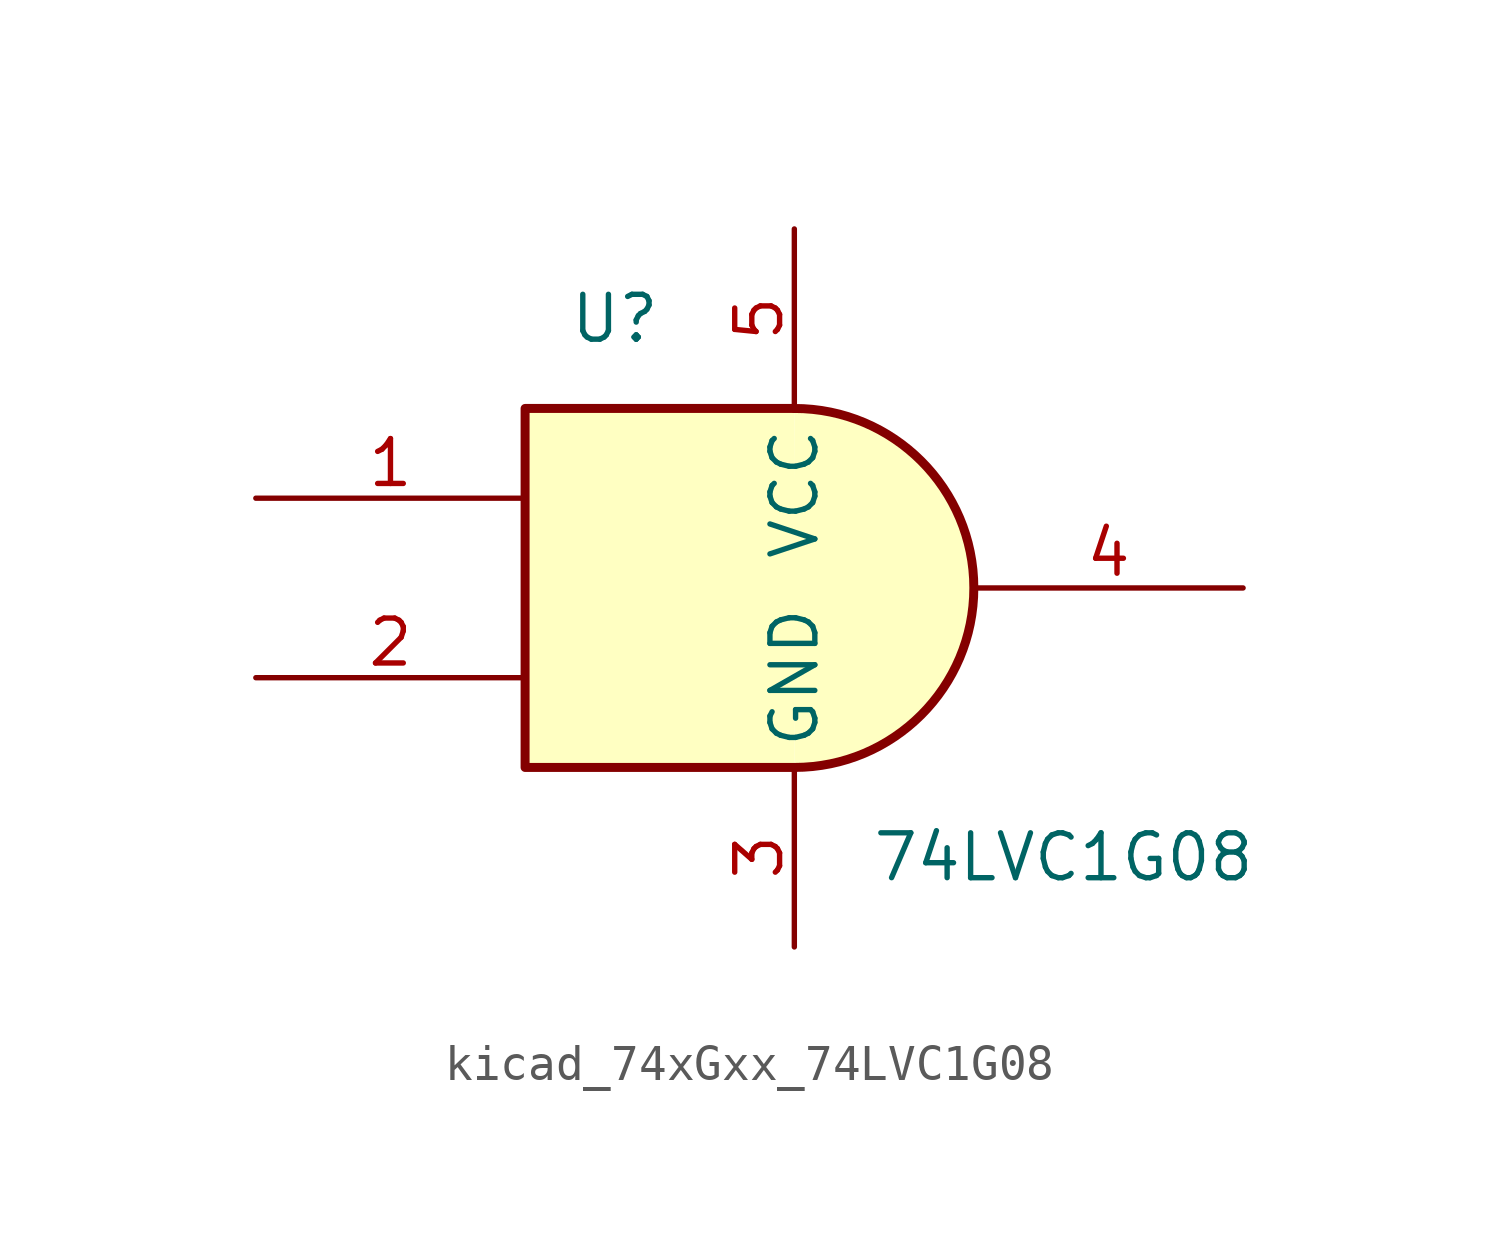
<source format=kicad_sym>
(kicad_symbol_lib
  (version 20220914)
  (generator kicad_symbol_editor)
  (symbol "kicad_74xGxx_74LVC1G08"
    (property "Reference" "U"
      (at -5.08 7.62 0)
      (effects (font (size 1.27 1.27))))
    (property "Value" "74LVC1G08"
      (at 7.62 -7.62 0)
      (effects (font (size 1.27 1.27))))
    (symbol "kicad_74xGxx_74LVC1G08_0_1"
      (arc (start 0 -5.08) (mid 5.0579 0) (end 0 5.08) (stroke (width 0.254) (type default)) (fill (type background)))
      (polyline (pts (xy 0 -5.08) (xy -7.62 -5.08) (xy -7.62 5.08) (xy 0 5.08)) (stroke (width 0.254) (type default)) (fill (type background))))
    (symbol "kicad_74xGxx_74LVC1G08_1_1"
      (pin input line (at -15.24 2.54 0) (length 7.62) (name "~" (effects (font (size 1.27 1.27)))) (number "1" (effects (font (size 1.27 1.27)))))
      (pin input line (at -15.24 -2.54 0) (length 7.62) (name "~" (effects (font (size 1.27 1.27)))) (number "2" (effects (font (size 1.27 1.27)))))
      (pin power_in line (at 0 -10.16 90) (length 5.08) (name "GND" (effects (font (size 1.27 1.27)))) (number "3" (effects (font (size 1.27 1.27)))))
      (pin output line (at 12.7 0 180) (length 7.62) (name "~" (effects (font (size 1.27 1.27)))) (number "4" (effects (font (size 1.27 1.27)))))
      (pin power_in line (at 0 10.16 270) (length 5.08) (name "VCC" (effects (font (size 1.27 1.27)))) (number "5" (effects (font (size 1.27 1.27))))))))
</source>
